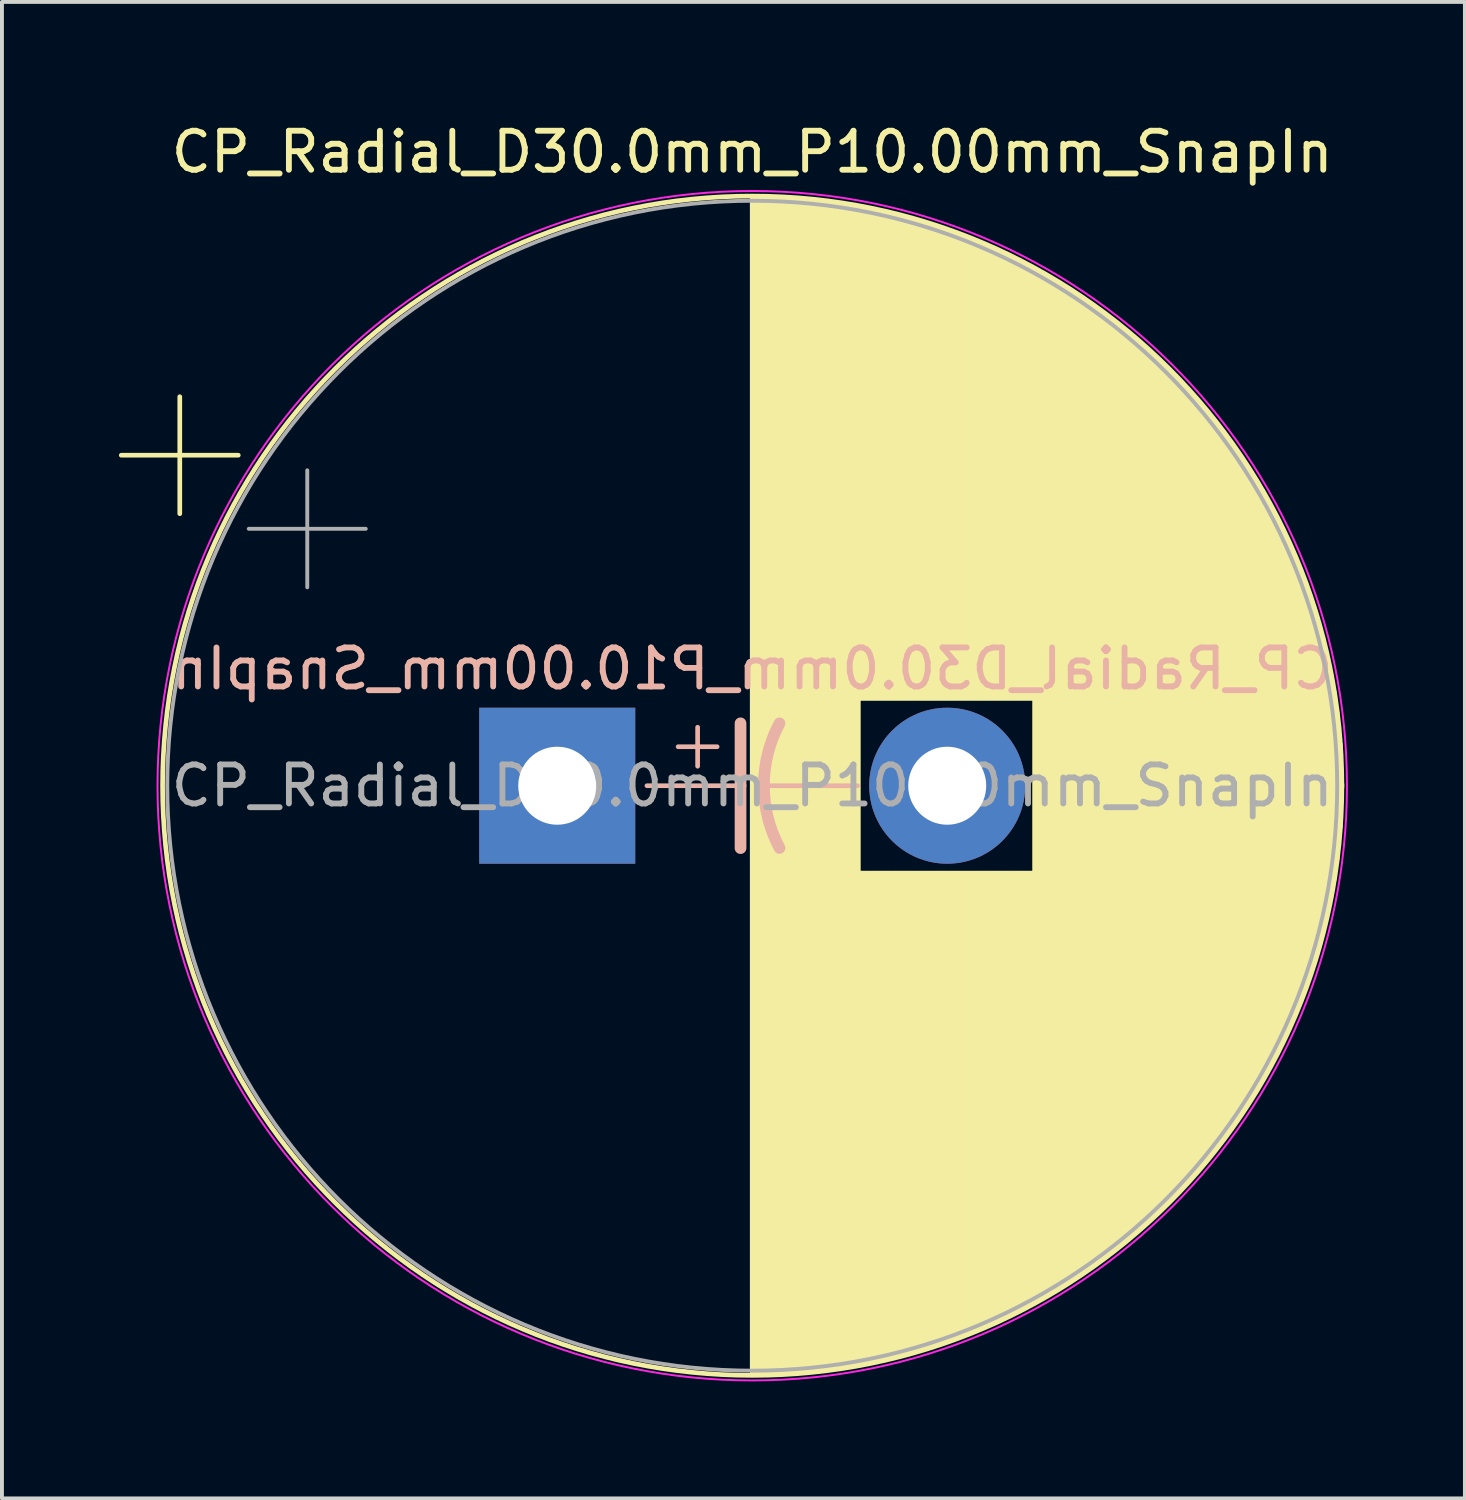
<source format=kicad_pcb>
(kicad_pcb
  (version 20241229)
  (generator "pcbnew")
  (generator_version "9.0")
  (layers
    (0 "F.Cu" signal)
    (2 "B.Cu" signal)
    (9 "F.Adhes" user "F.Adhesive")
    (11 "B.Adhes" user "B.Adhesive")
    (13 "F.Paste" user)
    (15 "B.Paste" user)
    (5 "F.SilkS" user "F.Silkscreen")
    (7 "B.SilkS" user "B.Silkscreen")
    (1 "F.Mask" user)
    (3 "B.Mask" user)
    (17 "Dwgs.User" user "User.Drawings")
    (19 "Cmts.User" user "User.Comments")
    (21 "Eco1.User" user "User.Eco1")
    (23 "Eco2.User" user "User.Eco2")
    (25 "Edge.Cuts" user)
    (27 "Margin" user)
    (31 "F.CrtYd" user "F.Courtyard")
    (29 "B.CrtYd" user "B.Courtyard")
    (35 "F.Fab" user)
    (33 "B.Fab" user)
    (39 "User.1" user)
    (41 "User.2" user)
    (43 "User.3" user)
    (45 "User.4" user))
  (footprint "CP_Radial_D30.0mm_P10.00mm_SnapIn"
    (layer "F.Cu")
    (at 11.239 17.098)
    (property "Reference" "CP_Radial_D30.0mm_P10.00mm_SnapIn" (at 5 -16.25 0) (layer "F.SilkS") (effects (font (size 1 1) (thickness 0.15))))
    (fp_line (start -11.179 -8.475) (end -8.179 -8.475) (stroke (width 0.12) (type solid)) (layer "F.SilkS"))
    (fp_line (start -9.679 -9.975) (end -9.679 -6.975) (stroke (width 0.12) (type solid)) (layer "F.SilkS"))
    (fp_line (start 5 -15.081) (end 5 15.081) (stroke (width 0.12) (type solid)) (layer "F.SilkS"))
    (fp_line (start 5.04 -15.08) (end 5.04 15.08) (stroke (width 0.12) (type solid)) (layer "F.SilkS"))
    (fp_line (start 5.08 -15.08) (end 5.08 15.08) (stroke (width 0.12) (type solid)) (layer "F.SilkS"))
    (fp_line (start 5.12 -15.08) (end 5.12 15.08) (stroke (width 0.12) (type solid)) (layer "F.SilkS"))
    (fp_line (start 5.16 -15.08) (end 5.16 15.08) (stroke (width 0.12) (type solid)) (layer "F.SilkS"))
    (fp_line (start 5.2 -15.079) (end 5.2 15.079) (stroke (width 0.12) (type solid)) (layer "F.SilkS"))
    (fp_line (start 5.24 -15.079) (end 5.24 15.079) (stroke (width 0.12) (type solid)) (layer "F.SilkS"))
    (fp_line (start 5.28 -15.078) (end 5.28 15.078) (stroke (width 0.12) (type solid)) (layer "F.SilkS"))
    (fp_line (start 5.32 -15.077) (end 5.32 15.077) (stroke (width 0.12) (type solid)) (layer "F.SilkS"))
    (fp_line (start 5.36 -15.076) (end 5.36 15.076) (stroke (width 0.12) (type solid)) (layer "F.SilkS"))
    (fp_line (start 5.4 -15.075) (end 5.4 15.075) (stroke (width 0.12) (type solid)) (layer "F.SilkS"))
    (fp_line (start 5.44 -15.074) (end 5.44 15.074) (stroke (width 0.12) (type solid)) (layer "F.SilkS"))
    (fp_line (start 5.48 -15.073) (end 5.48 15.073) (stroke (width 0.12) (type solid)) (layer "F.SilkS"))
    (fp_line (start 5.52 -15.072) (end 5.52 15.072) (stroke (width 0.12) (type solid)) (layer "F.SilkS"))
    (fp_line (start 5.56 -15.07) (end 5.56 15.07) (stroke (width 0.12) (type solid)) (layer "F.SilkS"))
    (fp_line (start 5.6 -15.069) (end 5.6 15.069) (stroke (width 0.12) (type solid)) (layer "F.SilkS"))
    (fp_line (start 5.64 -15.067) (end 5.64 15.067) (stroke (width 0.12) (type solid)) (layer "F.SilkS"))
    (fp_line (start 5.68 -15.065) (end 5.68 15.065) (stroke (width 0.12) (type solid)) (layer "F.SilkS"))
    (fp_line (start 5.721 -15.063) (end 5.721 15.063) (stroke (width 0.12) (type solid)) (layer "F.SilkS"))
    (fp_line (start 5.761 -15.061) (end 5.761 15.061) (stroke (width 0.12) (type solid)) (layer "F.SilkS"))
    (fp_line (start 5.801 -15.059) (end 5.801 15.059) (stroke (width 0.12) (type solid)) (layer "F.SilkS"))
    (fp_line (start 5.841 -15.057) (end 5.841 15.057) (stroke (width 0.12) (type solid)) (layer "F.SilkS"))
    (fp_line (start 5.881 -15.055) (end 5.881 15.055) (stroke (width 0.12) (type solid)) (layer "F.SilkS"))
    (fp_line (start 5.921 -15.052) (end 5.921 15.052) (stroke (width 0.12) (type solid)) (layer "F.SilkS"))
    (fp_line (start 5.961 -15.05) (end 5.961 15.05) (stroke (width 0.12) (type solid)) (layer "F.SilkS"))
    (fp_line (start 6.001 -15.047) (end 6.001 15.047) (stroke (width 0.12) (type solid)) (layer "F.SilkS"))
    (fp_line (start 6.041 -15.045) (end 6.041 15.045) (stroke (width 0.12) (type solid)) (layer "F.SilkS"))
    (fp_line (start 6.081 -15.042) (end 6.081 15.042) (stroke (width 0.12) (type solid)) (layer "F.SilkS"))
    (fp_line (start 6.121 -15.039) (end 6.121 15.039) (stroke (width 0.12) (type solid)) (layer "F.SilkS"))
    (fp_line (start 6.161 -15.036) (end 6.161 15.036) (stroke (width 0.12) (type solid)) (layer "F.SilkS"))
    (fp_line (start 6.201 -15.033) (end 6.201 15.033) (stroke (width 0.12) (type solid)) (layer "F.SilkS"))
    (fp_line (start 6.241 -15.03) (end 6.241 15.03) (stroke (width 0.12) (type solid)) (layer "F.SilkS"))
    (fp_line (start 6.281 -15.026) (end 6.281 15.026) (stroke (width 0.12) (type solid)) (layer "F.SilkS"))
    (fp_line (start 6.321 -15.023) (end 6.321 15.023) (stroke (width 0.12) (type solid)) (layer "F.SilkS"))
    (fp_line (start 6.361 -15.019) (end 6.361 15.019) (stroke (width 0.12) (type solid)) (layer "F.SilkS"))
    (fp_line (start 6.401 -15.016) (end 6.401 15.016) (stroke (width 0.12) (type solid)) (layer "F.SilkS"))
    (fp_line (start 6.441 -15.012) (end 6.441 15.012) (stroke (width 0.12) (type solid)) (layer "F.SilkS"))
    (fp_line (start 6.481 -15.008) (end 6.481 15.008) (stroke (width 0.12) (type solid)) (layer "F.SilkS"))
    (fp_line (start 6.521 -15.004) (end 6.521 15.004) (stroke (width 0.12) (type solid)) (layer "F.SilkS"))
    (fp_line (start 6.561 -15) (end 6.561 15) (stroke (width 0.12) (type solid)) (layer "F.SilkS"))
    (fp_line (start 6.601 -14.996) (end 6.601 14.996) (stroke (width 0.12) (type solid)) (layer "F.SilkS"))
    (fp_line (start 6.641 -14.991) (end 6.641 14.991) (stroke (width 0.12) (type solid)) (layer "F.SilkS"))
    (fp_line (start 6.681 -14.987) (end 6.681 14.987) (stroke (width 0.12) (type solid)) (layer "F.SilkS"))
    (fp_line (start 6.721 -14.982) (end 6.721 14.982) (stroke (width 0.12) (type solid)) (layer "F.SilkS"))
    (fp_line (start 6.761 -14.978) (end 6.761 14.978) (stroke (width 0.12) (type solid)) (layer "F.SilkS"))
    (fp_line (start 6.801 -14.973) (end 6.801 14.973) (stroke (width 0.12) (type solid)) (layer "F.SilkS"))
    (fp_line (start 6.841 -14.968) (end 6.841 14.968) (stroke (width 0.12) (type solid)) (layer "F.SilkS"))
    (fp_line (start 6.881 -14.963) (end 6.881 14.963) (stroke (width 0.12) (type solid)) (layer "F.SilkS"))
    (fp_line (start 6.921 -14.958) (end 6.921 14.958) (stroke (width 0.12) (type solid)) (layer "F.SilkS"))
    (fp_line (start 6.961 -14.953) (end 6.961 14.953) (stroke (width 0.12) (type solid)) (layer "F.SilkS"))
    (fp_line (start 7.001 -14.948) (end 7.001 14.948) (stroke (width 0.12) (type solid)) (layer "F.SilkS"))
    (fp_line (start 7.041 -14.942) (end 7.041 14.942) (stroke (width 0.12) (type solid)) (layer "F.SilkS"))
    (fp_line (start 7.081 -14.937) (end 7.081 14.937) (stroke (width 0.12) (type solid)) (layer "F.SilkS"))
    (fp_line (start 7.121 -14.931) (end 7.121 14.931) (stroke (width 0.12) (type solid)) (layer "F.SilkS"))
    (fp_line (start 7.161 -14.925) (end 7.161 14.925) (stroke (width 0.12) (type solid)) (layer "F.SilkS"))
    (fp_line (start 7.201 -14.92) (end 7.201 14.92) (stroke (width 0.12) (type solid)) (layer "F.SilkS"))
    (fp_line (start 7.241 -14.914) (end 7.241 14.914) (stroke (width 0.12) (type solid)) (layer "F.SilkS"))
    (fp_line (start 7.281 -14.908) (end 7.281 14.908) (stroke (width 0.12) (type solid)) (layer "F.SilkS"))
    (fp_line (start 7.321 -14.901) (end 7.321 14.901) (stroke (width 0.12) (type solid)) (layer "F.SilkS"))
    (fp_line (start 7.361 -14.895) (end 7.361 14.895) (stroke (width 0.12) (type solid)) (layer "F.SilkS"))
    (fp_line (start 7.401 -14.889) (end 7.401 14.889) (stroke (width 0.12) (type solid)) (layer "F.SilkS"))
    (fp_line (start 7.441 -14.882) (end 7.441 14.882) (stroke (width 0.12) (type solid)) (layer "F.SilkS"))
    (fp_line (start 7.481 -14.876) (end 7.481 14.876) (stroke (width 0.12) (type solid)) (layer "F.SilkS"))
    (fp_line (start 7.521 -14.869) (end 7.521 14.869) (stroke (width 0.12) (type solid)) (layer "F.SilkS"))
    (fp_line (start 7.561 -14.862) (end 7.561 14.862) (stroke (width 0.12) (type solid)) (layer "F.SilkS"))
    (fp_line (start 7.601 -14.855) (end 7.601 14.855) (stroke (width 0.12) (type solid)) (layer "F.SilkS"))
    (fp_line (start 7.641 -14.848) (end 7.641 14.848) (stroke (width 0.12) (type solid)) (layer "F.SilkS"))
    (fp_line (start 7.681 -14.841) (end 7.681 14.841) (stroke (width 0.12) (type solid)) (layer "F.SilkS"))
    (fp_line (start 7.721 -14.834) (end 7.721 14.834) (stroke (width 0.12) (type solid)) (layer "F.SilkS"))
    (fp_line (start 7.761 -14.826) (end 7.761 -2.24) (stroke (width 0.12) (type solid)) (layer "F.SilkS"))
    (fp_line (start 7.761 2.24) (end 7.761 14.826) (stroke (width 0.12) (type solid)) (layer "F.SilkS"))
    (fp_line (start 7.801 -14.819) (end 7.801 -2.24) (stroke (width 0.12) (type solid)) (layer "F.SilkS"))
    (fp_line (start 7.801 2.24) (end 7.801 14.819) (stroke (width 0.12) (type solid)) (layer "F.SilkS"))
    (fp_line (start 7.841 -14.811) (end 7.841 -2.24) (stroke (width 0.12) (type solid)) (layer "F.SilkS"))
    (fp_line (start 7.841 2.24) (end 7.841 14.811) (stroke (width 0.12) (type solid)) (layer "F.SilkS"))
    (fp_line (start 7.881 -14.804) (end 7.881 -2.24) (stroke (width 0.12) (type solid)) (layer "F.SilkS"))
    (fp_line (start 7.881 2.24) (end 7.881 14.804) (stroke (width 0.12) (type solid)) (layer "F.SilkS"))
    (fp_line (start 7.921 -14.796) (end 7.921 -2.24) (stroke (width 0.12) (type solid)) (layer "F.SilkS"))
    (fp_line (start 7.921 2.24) (end 7.921 14.796) (stroke (width 0.12) (type solid)) (layer "F.SilkS"))
    (fp_line (start 7.961 -14.788) (end 7.961 -2.24) (stroke (width 0.12) (type solid)) (layer "F.SilkS"))
    (fp_line (start 7.961 2.24) (end 7.961 14.788) (stroke (width 0.12) (type solid)) (layer "F.SilkS"))
    (fp_line (start 8.001 -14.78) (end 8.001 -2.24) (stroke (width 0.12) (type solid)) (layer "F.SilkS"))
    (fp_line (start 8.001 2.24) (end 8.001 14.78) (stroke (width 0.12) (type solid)) (layer "F.SilkS"))
    (fp_line (start 8.041 -14.772) (end 8.041 -2.24) (stroke (width 0.12) (type solid)) (layer "F.SilkS"))
    (fp_line (start 8.041 2.24) (end 8.041 14.772) (stroke (width 0.12) (type solid)) (layer "F.SilkS"))
    (fp_line (start 8.081 -14.763) (end 8.081 -2.24) (stroke (width 0.12) (type solid)) (layer "F.SilkS"))
    (fp_line (start 8.081 2.24) (end 8.081 14.763) (stroke (width 0.12) (type solid)) (layer "F.SilkS"))
    (fp_line (start 8.121 -14.755) (end 8.121 -2.24) (stroke (width 0.12) (type solid)) (layer "F.SilkS"))
    (fp_line (start 8.121 2.24) (end 8.121 14.755) (stroke (width 0.12) (type solid)) (layer "F.SilkS"))
    (fp_line (start 8.161 -14.747) (end 8.161 -2.24) (stroke (width 0.12) (type solid)) (layer "F.SilkS"))
    (fp_line (start 8.161 2.24) (end 8.161 14.747) (stroke (width 0.12) (type solid)) (layer "F.SilkS"))
    (fp_line (start 8.201 -14.738) (end 8.201 -2.24) (stroke (width 0.12) (type solid)) (layer "F.SilkS"))
    (fp_line (start 8.201 2.24) (end 8.201 14.738) (stroke (width 0.12) (type solid)) (layer "F.SilkS"))
    (fp_line (start 8.241 -14.729) (end 8.241 -2.24) (stroke (width 0.12) (type solid)) (layer "F.SilkS"))
    (fp_line (start 8.241 2.24) (end 8.241 14.729) (stroke (width 0.12) (type solid)) (layer "F.SilkS"))
    (fp_line (start 8.281 -14.72) (end 8.281 -2.24) (stroke (width 0.12) (type solid)) (layer "F.SilkS"))
    (fp_line (start 8.281 2.24) (end 8.281 14.72) (stroke (width 0.12) (type solid)) (layer "F.SilkS"))
    (fp_line (start 8.321 -14.711) (end 8.321 -2.24) (stroke (width 0.12) (type solid)) (layer "F.SilkS"))
    (fp_line (start 8.321 2.24) (end 8.321 14.711) (stroke (width 0.12) (type solid)) (layer "F.SilkS"))
    (fp_line (start 8.361 -14.702) (end 8.361 -2.24) (stroke (width 0.12) (type solid)) (layer "F.SilkS"))
    (fp_line (start 8.361 2.24) (end 8.361 14.702) (stroke (width 0.12) (type solid)) (layer "F.SilkS"))
    (fp_line (start 8.401 -14.693) (end 8.401 -2.24) (stroke (width 0.12) (type solid)) (layer "F.SilkS"))
    (fp_line (start 8.401 2.24) (end 8.401 14.693) (stroke (width 0.12) (type solid)) (layer "F.SilkS"))
    (fp_line (start 8.441 -14.684) (end 8.441 -2.24) (stroke (width 0.12) (type solid)) (layer "F.SilkS"))
    (fp_line (start 8.441 2.24) (end 8.441 14.684) (stroke (width 0.12) (type solid)) (layer "F.SilkS"))
    (fp_line (start 8.481 -14.675) (end 8.481 -2.24) (stroke (width 0.12) (type solid)) (layer "F.SilkS"))
    (fp_line (start 8.481 2.24) (end 8.481 14.675) (stroke (width 0.12) (type solid)) (layer "F.SilkS"))
    (fp_line (start 8.521 -14.665) (end 8.521 -2.24) (stroke (width 0.12) (type solid)) (layer "F.SilkS"))
    (fp_line (start 8.521 2.24) (end 8.521 14.665) (stroke (width 0.12) (type solid)) (layer "F.SilkS"))
    (fp_line (start 8.561 -14.655) (end 8.561 -2.24) (stroke (width 0.12) (type solid)) (layer "F.SilkS"))
    (fp_line (start 8.561 2.24) (end 8.561 14.655) (stroke (width 0.12) (type solid)) (layer "F.SilkS"))
    (fp_line (start 8.601 -14.646) (end 8.601 -2.24) (stroke (width 0.12) (type solid)) (layer "F.SilkS"))
    (fp_line (start 8.601 2.24) (end 8.601 14.646) (stroke (width 0.12) (type solid)) (layer "F.SilkS"))
    (fp_line (start 8.641 -14.636) (end 8.641 -2.24) (stroke (width 0.12) (type solid)) (layer "F.SilkS"))
    (fp_line (start 8.641 2.24) (end 8.641 14.636) (stroke (width 0.12) (type solid)) (layer "F.SilkS"))
    (fp_line (start 8.681 -14.626) (end 8.681 -2.24) (stroke (width 0.12) (type solid)) (layer "F.SilkS"))
    (fp_line (start 8.681 2.24) (end 8.681 14.626) (stroke (width 0.12) (type solid)) (layer "F.SilkS"))
    (fp_line (start 8.721 -14.616) (end 8.721 -2.24) (stroke (width 0.12) (type solid)) (layer "F.SilkS"))
    (fp_line (start 8.721 2.24) (end 8.721 14.616) (stroke (width 0.12) (type solid)) (layer "F.SilkS"))
    (fp_line (start 8.761 -14.606) (end 8.761 -2.24) (stroke (width 0.12) (type solid)) (layer "F.SilkS"))
    (fp_line (start 8.761 2.24) (end 8.761 14.606) (stroke (width 0.12) (type solid)) (layer "F.SilkS"))
    (fp_line (start 8.801 -14.595) (end 8.801 -2.24) (stroke (width 0.12) (type solid)) (layer "F.SilkS"))
    (fp_line (start 8.801 2.24) (end 8.801 14.595) (stroke (width 0.12) (type solid)) (layer "F.SilkS"))
    (fp_line (start 8.841 -14.585) (end 8.841 -2.24) (stroke (width 0.12) (type solid)) (layer "F.SilkS"))
    (fp_line (start 8.841 2.24) (end 8.841 14.585) (stroke (width 0.12) (type solid)) (layer "F.SilkS"))
    (fp_line (start 8.881 -14.574) (end 8.881 -2.24) (stroke (width 0.12) (type solid)) (layer "F.SilkS"))
    (fp_line (start 8.881 2.24) (end 8.881 14.574) (stroke (width 0.12) (type solid)) (layer "F.SilkS"))
    (fp_line (start 8.921 -14.564) (end 8.921 -2.24) (stroke (width 0.12) (type solid)) (layer "F.SilkS"))
    (fp_line (start 8.921 2.24) (end 8.921 14.564) (stroke (width 0.12) (type solid)) (layer "F.SilkS"))
    (fp_line (start 8.961 -14.553) (end 8.961 -2.24) (stroke (width 0.12) (type solid)) (layer "F.SilkS"))
    (fp_line (start 8.961 2.24) (end 8.961 14.553) (stroke (width 0.12) (type solid)) (layer "F.SilkS"))
    (fp_line (start 9.001 -14.542) (end 9.001 -2.24) (stroke (width 0.12) (type solid)) (layer "F.SilkS"))
    (fp_line (start 9.001 2.24) (end 9.001 14.542) (stroke (width 0.12) (type solid)) (layer "F.SilkS"))
    (fp_line (start 9.041 -14.531) (end 9.041 -2.24) (stroke (width 0.12) (type solid)) (layer "F.SilkS"))
    (fp_line (start 9.041 2.24) (end 9.041 14.531) (stroke (width 0.12) (type solid)) (layer "F.SilkS"))
    (fp_line (start 9.081 -14.52) (end 9.081 -2.24) (stroke (width 0.12) (type solid)) (layer "F.SilkS"))
    (fp_line (start 9.081 2.24) (end 9.081 14.52) (stroke (width 0.12) (type solid)) (layer "F.SilkS"))
    (fp_line (start 9.121 -14.508) (end 9.121 -2.24) (stroke (width 0.12) (type solid)) (layer "F.SilkS"))
    (fp_line (start 9.121 2.24) (end 9.121 14.508) (stroke (width 0.12) (type solid)) (layer "F.SilkS"))
    (fp_line (start 9.161 -14.497) (end 9.161 -2.24) (stroke (width 0.12) (type solid)) (layer "F.SilkS"))
    (fp_line (start 9.161 2.24) (end 9.161 14.497) (stroke (width 0.12) (type solid)) (layer "F.SilkS"))
    (fp_line (start 9.201 -14.485) (end 9.201 -2.24) (stroke (width 0.12) (type solid)) (layer "F.SilkS"))
    (fp_line (start 9.201 2.24) (end 9.201 14.485) (stroke (width 0.12) (type solid)) (layer "F.SilkS"))
    (fp_line (start 9.241 -14.474) (end 9.241 -2.24) (stroke (width 0.12) (type solid)) (layer "F.SilkS"))
    (fp_line (start 9.241 2.24) (end 9.241 14.474) (stroke (width 0.12) (type solid)) (layer "F.SilkS"))
    (fp_line (start 9.281 -14.462) (end 9.281 -2.24) (stroke (width 0.12) (type solid)) (layer "F.SilkS"))
    (fp_line (start 9.281 2.24) (end 9.281 14.462) (stroke (width 0.12) (type solid)) (layer "F.SilkS"))
    (fp_line (start 9.321 -14.45) (end 9.321 -2.24) (stroke (width 0.12) (type solid)) (layer "F.SilkS"))
    (fp_line (start 9.321 2.24) (end 9.321 14.45) (stroke (width 0.12) (type solid)) (layer "F.SilkS"))
    (fp_line (start 9.361 -14.438) (end 9.361 -2.24) (stroke (width 0.12) (type solid)) (layer "F.SilkS"))
    (fp_line (start 9.361 2.24) (end 9.361 14.438) (stroke (width 0.12) (type solid)) (layer "F.SilkS"))
    (fp_line (start 9.401 -14.426) (end 9.401 -2.24) (stroke (width 0.12) (type solid)) (layer "F.SilkS"))
    (fp_line (start 9.401 2.24) (end 9.401 14.426) (stroke (width 0.12) (type solid)) (layer "F.SilkS"))
    (fp_line (start 9.441 -14.414) (end 9.441 -2.24) (stroke (width 0.12) (type solid)) (layer "F.SilkS"))
    (fp_line (start 9.441 2.24) (end 9.441 14.414) (stroke (width 0.12) (type solid)) (layer "F.SilkS"))
    (fp_line (start 9.481 -14.402) (end 9.481 -2.24) (stroke (width 0.12) (type solid)) (layer "F.SilkS"))
    (fp_line (start 9.481 2.24) (end 9.481 14.402) (stroke (width 0.12) (type solid)) (layer "F.SilkS"))
    (fp_line (start 9.521 -14.389) (end 9.521 -2.24) (stroke (width 0.12) (type solid)) (layer "F.SilkS"))
    (fp_line (start 9.521 2.24) (end 9.521 14.389) (stroke (width 0.12) (type solid)) (layer "F.SilkS"))
    (fp_line (start 9.561 -14.376) (end 9.561 -2.24) (stroke (width 0.12) (type solid)) (layer "F.SilkS"))
    (fp_line (start 9.561 2.24) (end 9.561 14.376) (stroke (width 0.12) (type solid)) (layer "F.SilkS"))
    (fp_line (start 9.601 -14.364) (end 9.601 -2.24) (stroke (width 0.12) (type solid)) (layer "F.SilkS"))
    (fp_line (start 9.601 2.24) (end 9.601 14.364) (stroke (width 0.12) (type solid)) (layer "F.SilkS"))
    (fp_line (start 9.641 -14.351) (end 9.641 -2.24) (stroke (width 0.12) (type solid)) (layer "F.SilkS"))
    (fp_line (start 9.641 2.24) (end 9.641 14.351) (stroke (width 0.12) (type solid)) (layer "F.SilkS"))
    (fp_line (start 9.681 -14.338) (end 9.681 -2.24) (stroke (width 0.12) (type solid)) (layer "F.SilkS"))
    (fp_line (start 9.681 2.24) (end 9.681 14.338) (stroke (width 0.12) (type solid)) (layer "F.SilkS"))
    (fp_line (start 9.721 -14.325) (end 9.721 -2.24) (stroke (width 0.12) (type solid)) (layer "F.SilkS"))
    (fp_line (start 9.721 2.24) (end 9.721 14.325) (stroke (width 0.12) (type solid)) (layer "F.SilkS"))
    (fp_line (start 9.761 -14.312) (end 9.761 -2.24) (stroke (width 0.12) (type solid)) (layer "F.SilkS"))
    (fp_line (start 9.761 2.24) (end 9.761 14.312) (stroke (width 0.12) (type solid)) (layer "F.SilkS"))
    (fp_line (start 9.801 -14.298) (end 9.801 -2.24) (stroke (width 0.12) (type solid)) (layer "F.SilkS"))
    (fp_line (start 9.801 2.24) (end 9.801 14.298) (stroke (width 0.12) (type solid)) (layer "F.SilkS"))
    (fp_line (start 9.841 -14.285) (end 9.841 -2.24) (stroke (width 0.12) (type solid)) (layer "F.SilkS"))
    (fp_line (start 9.841 2.24) (end 9.841 14.285) (stroke (width 0.12) (type solid)) (layer "F.SilkS"))
    (fp_line (start 9.881 -14.271) (end 9.881 -2.24) (stroke (width 0.12) (type solid)) (layer "F.SilkS"))
    (fp_line (start 9.881 2.24) (end 9.881 14.271) (stroke (width 0.12) (type solid)) (layer "F.SilkS"))
    (fp_line (start 9.921 -14.258) (end 9.921 -2.24) (stroke (width 0.12) (type solid)) (layer "F.SilkS"))
    (fp_line (start 9.921 2.24) (end 9.921 14.258) (stroke (width 0.12) (type solid)) (layer "F.SilkS"))
    (fp_line (start 9.961 -14.244) (end 9.961 -2.24) (stroke (width 0.12) (type solid)) (layer "F.SilkS"))
    (fp_line (start 9.961 2.24) (end 9.961 14.244) (stroke (width 0.12) (type solid)) (layer "F.SilkS"))
    (fp_line (start 10.001 -14.23) (end 10.001 -2.24) (stroke (width 0.12) (type solid)) (layer "F.SilkS"))
    (fp_line (start 10.001 2.24) (end 10.001 14.23) (stroke (width 0.12) (type solid)) (layer "F.SilkS"))
    (fp_line (start 10.041 -14.216) (end 10.041 -2.24) (stroke (width 0.12) (type solid)) (layer "F.SilkS"))
    (fp_line (start 10.041 2.24) (end 10.041 14.216) (stroke (width 0.12) (type solid)) (layer "F.SilkS"))
    (fp_line (start 10.081 -14.202) (end 10.081 -2.24) (stroke (width 0.12) (type solid)) (layer "F.SilkS"))
    (fp_line (start 10.081 2.24) (end 10.081 14.202) (stroke (width 0.12) (type solid)) (layer "F.SilkS"))
    (fp_line (start 10.121 -14.187) (end 10.121 -2.24) (stroke (width 0.12) (type solid)) (layer "F.SilkS"))
    (fp_line (start 10.121 2.24) (end 10.121 14.187) (stroke (width 0.12) (type solid)) (layer "F.SilkS"))
    (fp_line (start 10.161 -14.173) (end 10.161 -2.24) (stroke (width 0.12) (type solid)) (layer "F.SilkS"))
    (fp_line (start 10.161 2.24) (end 10.161 14.173) (stroke (width 0.12) (type solid)) (layer "F.SilkS"))
    (fp_line (start 10.201 -14.158) (end 10.201 -2.24) (stroke (width 0.12) (type solid)) (layer "F.SilkS"))
    (fp_line (start 10.201 2.24) (end 10.201 14.158) (stroke (width 0.12) (type solid)) (layer "F.SilkS"))
    (fp_line (start 10.241 -14.143) (end 10.241 -2.24) (stroke (width 0.12) (type solid)) (layer "F.SilkS"))
    (fp_line (start 10.241 2.24) (end 10.241 14.143) (stroke (width 0.12) (type solid)) (layer "F.SilkS"))
    (fp_line (start 10.281 -14.129) (end 10.281 -2.24) (stroke (width 0.12) (type solid)) (layer "F.SilkS"))
    (fp_line (start 10.281 2.24) (end 10.281 14.129) (stroke (width 0.12) (type solid)) (layer "F.SilkS"))
    (fp_line (start 10.321 -14.114) (end 10.321 -2.24) (stroke (width 0.12) (type solid)) (layer "F.SilkS"))
    (fp_line (start 10.321 2.24) (end 10.321 14.114) (stroke (width 0.12) (type solid)) (layer "F.SilkS"))
    (fp_line (start 10.361 -14.099) (end 10.361 -2.24) (stroke (width 0.12) (type solid)) (layer "F.SilkS"))
    (fp_line (start 10.361 2.24) (end 10.361 14.099) (stroke (width 0.12) (type solid)) (layer "F.SilkS"))
    (fp_line (start 10.401 -14.083) (end 10.401 -2.24) (stroke (width 0.12) (type solid)) (layer "F.SilkS"))
    (fp_line (start 10.401 2.24) (end 10.401 14.083) (stroke (width 0.12) (type solid)) (layer "F.SilkS"))
    (fp_line (start 10.441 -14.068) (end 10.441 -2.24) (stroke (width 0.12) (type solid)) (layer "F.SilkS"))
    (fp_line (start 10.441 2.24) (end 10.441 14.068) (stroke (width 0.12) (type solid)) (layer "F.SilkS"))
    (fp_line (start 10.481 -14.052) (end 10.481 -2.24) (stroke (width 0.12) (type solid)) (layer "F.SilkS"))
    (fp_line (start 10.481 2.24) (end 10.481 14.052) (stroke (width 0.12) (type solid)) (layer "F.SilkS"))
    (fp_line (start 10.521 -14.037) (end 10.521 -2.24) (stroke (width 0.12) (type solid)) (layer "F.SilkS"))
    (fp_line (start 10.521 2.24) (end 10.521 14.037) (stroke (width 0.12) (type solid)) (layer "F.SilkS"))
    (fp_line (start 10.561 -14.021) (end 10.561 -2.24) (stroke (width 0.12) (type solid)) (layer "F.SilkS"))
    (fp_line (start 10.561 2.24) (end 10.561 14.021) (stroke (width 0.12) (type solid)) (layer "F.SilkS"))
    (fp_line (start 10.601 -14.005) (end 10.601 -2.24) (stroke (width 0.12) (type solid)) (layer "F.SilkS"))
    (fp_line (start 10.601 2.24) (end 10.601 14.005) (stroke (width 0.12) (type solid)) (layer "F.SilkS"))
    (fp_line (start 10.641 -13.989) (end 10.641 -2.24) (stroke (width 0.12) (type solid)) (layer "F.SilkS"))
    (fp_line (start 10.641 2.24) (end 10.641 13.989) (stroke (width 0.12) (type solid)) (layer "F.SilkS"))
    (fp_line (start 10.681 -13.973) (end 10.681 -2.24) (stroke (width 0.12) (type solid)) (layer "F.SilkS"))
    (fp_line (start 10.681 2.24) (end 10.681 13.973) (stroke (width 0.12) (type solid)) (layer "F.SilkS"))
    (fp_line (start 10.721 -13.957) (end 10.721 -2.24) (stroke (width 0.12) (type solid)) (layer "F.SilkS"))
    (fp_line (start 10.721 2.24) (end 10.721 13.957) (stroke (width 0.12) (type solid)) (layer "F.SilkS"))
    (fp_line (start 10.761 -13.94) (end 10.761 -2.24) (stroke (width 0.12) (type solid)) (layer "F.SilkS"))
    (fp_line (start 10.761 2.24) (end 10.761 13.94) (stroke (width 0.12) (type solid)) (layer "F.SilkS"))
    (fp_line (start 10.801 -13.924) (end 10.801 -2.24) (stroke (width 0.12) (type solid)) (layer "F.SilkS"))
    (fp_line (start 10.801 2.24) (end 10.801 13.924) (stroke (width 0.12) (type solid)) (layer "F.SilkS"))
    (fp_line (start 10.841 -13.907) (end 10.841 -2.24) (stroke (width 0.12) (type solid)) (layer "F.SilkS"))
    (fp_line (start 10.841 2.24) (end 10.841 13.907) (stroke (width 0.12) (type solid)) (layer "F.SilkS"))
    (fp_line (start 10.881 -13.89) (end 10.881 -2.24) (stroke (width 0.12) (type solid)) (layer "F.SilkS"))
    (fp_line (start 10.881 2.24) (end 10.881 13.89) (stroke (width 0.12) (type solid)) (layer "F.SilkS"))
    (fp_line (start 10.921 -13.873) (end 10.921 -2.24) (stroke (width 0.12) (type solid)) (layer "F.SilkS"))
    (fp_line (start 10.921 2.24) (end 10.921 13.873) (stroke (width 0.12) (type solid)) (layer "F.SilkS"))
    (fp_line (start 10.961 -13.856) (end 10.961 -2.24) (stroke (width 0.12) (type solid)) (layer "F.SilkS"))
    (fp_line (start 10.961 2.24) (end 10.961 13.856) (stroke (width 0.12) (type solid)) (layer "F.SilkS"))
    (fp_line (start 11.001 -13.839) (end 11.001 -2.24) (stroke (width 0.12) (type solid)) (layer "F.SilkS"))
    (fp_line (start 11.001 2.24) (end 11.001 13.839) (stroke (width 0.12) (type solid)) (layer "F.SilkS"))
    (fp_line (start 11.041 -13.822) (end 11.041 -2.24) (stroke (width 0.12) (type solid)) (layer "F.SilkS"))
    (fp_line (start 11.041 2.24) (end 11.041 13.822) (stroke (width 0.12) (type solid)) (layer "F.SilkS"))
    (fp_line (start 11.081 -13.804) (end 11.081 -2.24) (stroke (width 0.12) (type solid)) (layer "F.SilkS"))
    (fp_line (start 11.081 2.24) (end 11.081 13.804) (stroke (width 0.12) (type solid)) (layer "F.SilkS"))
    (fp_line (start 11.121 -13.787) (end 11.121 -2.24) (stroke (width 0.12) (type solid)) (layer "F.SilkS"))
    (fp_line (start 11.121 2.24) (end 11.121 13.787) (stroke (width 0.12) (type solid)) (layer "F.SilkS"))
    (fp_line (start 11.161 -13.769) (end 11.161 -2.24) (stroke (width 0.12) (type solid)) (layer "F.SilkS"))
    (fp_line (start 11.161 2.24) (end 11.161 13.769) (stroke (width 0.12) (type solid)) (layer "F.SilkS"))
    (fp_line (start 11.201 -13.751) (end 11.201 -2.24) (stroke (width 0.12) (type solid)) (layer "F.SilkS"))
    (fp_line (start 11.201 2.24) (end 11.201 13.751) (stroke (width 0.12) (type solid)) (layer "F.SilkS"))
    (fp_line (start 11.241 -13.733) (end 11.241 -2.24) (stroke (width 0.12) (type solid)) (layer "F.SilkS"))
    (fp_line (start 11.241 2.24) (end 11.241 13.733) (stroke (width 0.12) (type solid)) (layer "F.SilkS"))
    (fp_line (start 11.281 -13.715) (end 11.281 -2.24) (stroke (width 0.12) (type solid)) (layer "F.SilkS"))
    (fp_line (start 11.281 2.24) (end 11.281 13.715) (stroke (width 0.12) (type solid)) (layer "F.SilkS"))
    (fp_line (start 11.321 -13.696) (end 11.321 -2.24) (stroke (width 0.12) (type solid)) (layer "F.SilkS"))
    (fp_line (start 11.321 2.24) (end 11.321 13.696) (stroke (width 0.12) (type solid)) (layer "F.SilkS"))
    (fp_line (start 11.361 -13.678) (end 11.361 -2.24) (stroke (width 0.12) (type solid)) (layer "F.SilkS"))
    (fp_line (start 11.361 2.24) (end 11.361 13.678) (stroke (width 0.12) (type solid)) (layer "F.SilkS"))
    (fp_line (start 11.401 -13.659) (end 11.401 -2.24) (stroke (width 0.12) (type solid)) (layer "F.SilkS"))
    (fp_line (start 11.401 2.24) (end 11.401 13.659) (stroke (width 0.12) (type solid)) (layer "F.SilkS"))
    (fp_line (start 11.441 -13.64) (end 11.441 -2.24) (stroke (width 0.12) (type solid)) (layer "F.SilkS"))
    (fp_line (start 11.441 2.24) (end 11.441 13.64) (stroke (width 0.12) (type solid)) (layer "F.SilkS"))
    (fp_line (start 11.481 -13.622) (end 11.481 -2.24) (stroke (width 0.12) (type solid)) (layer "F.SilkS"))
    (fp_line (start 11.481 2.24) (end 11.481 13.622) (stroke (width 0.12) (type solid)) (layer "F.SilkS"))
    (fp_line (start 11.521 -13.602) (end 11.521 -2.24) (stroke (width 0.12) (type solid)) (layer "F.SilkS"))
    (fp_line (start 11.521 2.24) (end 11.521 13.602) (stroke (width 0.12) (type solid)) (layer "F.SilkS"))
    (fp_line (start 11.561 -13.583) (end 11.561 -2.24) (stroke (width 0.12) (type solid)) (layer "F.SilkS"))
    (fp_line (start 11.561 2.24) (end 11.561 13.583) (stroke (width 0.12) (type solid)) (layer "F.SilkS"))
    (fp_line (start 11.601 -13.564) (end 11.601 -2.24) (stroke (width 0.12) (type solid)) (layer "F.SilkS"))
    (fp_line (start 11.601 2.24) (end 11.601 13.564) (stroke (width 0.12) (type solid)) (layer "F.SilkS"))
    (fp_line (start 11.641 -13.544) (end 11.641 -2.24) (stroke (width 0.12) (type solid)) (layer "F.SilkS"))
    (fp_line (start 11.641 2.24) (end 11.641 13.544) (stroke (width 0.12) (type solid)) (layer "F.SilkS"))
    (fp_line (start 11.681 -13.525) (end 11.681 -2.24) (stroke (width 0.12) (type solid)) (layer "F.SilkS"))
    (fp_line (start 11.681 2.24) (end 11.681 13.525) (stroke (width 0.12) (type solid)) (layer "F.SilkS"))
    (fp_line (start 11.721 -13.505) (end 11.721 -2.24) (stroke (width 0.12) (type solid)) (layer "F.SilkS"))
    (fp_line (start 11.721 2.24) (end 11.721 13.505) (stroke (width 0.12) (type solid)) (layer "F.SilkS"))
    (fp_line (start 11.761 -13.485) (end 11.761 -2.24) (stroke (width 0.12) (type solid)) (layer "F.SilkS"))
    (fp_line (start 11.761 2.24) (end 11.761 13.485) (stroke (width 0.12) (type solid)) (layer "F.SilkS"))
    (fp_line (start 11.801 -13.465) (end 11.801 -2.24) (stroke (width 0.12) (type solid)) (layer "F.SilkS"))
    (fp_line (start 11.801 2.24) (end 11.801 13.465) (stroke (width 0.12) (type solid)) (layer "F.SilkS"))
    (fp_line (start 11.841 -13.445) (end 11.841 -2.24) (stroke (width 0.12) (type solid)) (layer "F.SilkS"))
    (fp_line (start 11.841 2.24) (end 11.841 13.445) (stroke (width 0.12) (type solid)) (layer "F.SilkS"))
    (fp_line (start 11.881 -13.425) (end 11.881 -2.24) (stroke (width 0.12) (type solid)) (layer "F.SilkS"))
    (fp_line (start 11.881 2.24) (end 11.881 13.425) (stroke (width 0.12) (type solid)) (layer "F.SilkS"))
    (fp_line (start 11.921 -13.404) (end 11.921 -2.24) (stroke (width 0.12) (type solid)) (layer "F.SilkS"))
    (fp_line (start 11.921 2.24) (end 11.921 13.404) (stroke (width 0.12) (type solid)) (layer "F.SilkS"))
    (fp_line (start 11.961 -13.383) (end 11.961 -2.24) (stroke (width 0.12) (type solid)) (layer "F.SilkS"))
    (fp_line (start 11.961 2.24) (end 11.961 13.383) (stroke (width 0.12) (type solid)) (layer "F.SilkS"))
    (fp_line (start 12.001 -13.363) (end 12.001 -2.24) (stroke (width 0.12) (type solid)) (layer "F.SilkS"))
    (fp_line (start 12.001 2.24) (end 12.001 13.363) (stroke (width 0.12) (type solid)) (layer "F.SilkS"))
    (fp_line (start 12.041 -13.342) (end 12.041 -2.24) (stroke (width 0.12) (type solid)) (layer "F.SilkS"))
    (fp_line (start 12.041 2.24) (end 12.041 13.342) (stroke (width 0.12) (type solid)) (layer "F.SilkS"))
    (fp_line (start 12.081 -13.32) (end 12.081 -2.24) (stroke (width 0.12) (type solid)) (layer "F.SilkS"))
    (fp_line (start 12.081 2.24) (end 12.081 13.32) (stroke (width 0.12) (type solid)) (layer "F.SilkS"))
    (fp_line (start 12.121 -13.299) (end 12.121 -2.24) (stroke (width 0.12) (type solid)) (layer "F.SilkS"))
    (fp_line (start 12.121 2.24) (end 12.121 13.299) (stroke (width 0.12) (type solid)) (layer "F.SilkS"))
    (fp_line (start 12.161 -13.278) (end 12.161 -2.24) (stroke (width 0.12) (type solid)) (layer "F.SilkS"))
    (fp_line (start 12.161 2.24) (end 12.161 13.278) (stroke (width 0.12) (type solid)) (layer "F.SilkS"))
    (fp_line (start 12.201 -13.256) (end 12.201 -2.24) (stroke (width 0.12) (type solid)) (layer "F.SilkS"))
    (fp_line (start 12.201 2.24) (end 12.201 13.256) (stroke (width 0.12) (type solid)) (layer "F.SilkS"))
    (fp_line (start 12.241 -13.234) (end 12.241 13.234) (stroke (width 0.12) (type solid)) (layer "F.SilkS"))
    (fp_line (start 12.281 -13.213) (end 12.281 13.213) (stroke (width 0.12) (type solid)) (layer "F.SilkS"))
    (fp_line (start 12.321 -13.19) (end 12.321 13.19) (stroke (width 0.12) (type solid)) (layer "F.SilkS"))
    (fp_line (start 12.361 -13.168) (end 12.361 13.168) (stroke (width 0.12) (type solid)) (layer "F.SilkS"))
    (fp_line (start 12.401 -13.146) (end 12.401 13.146) (stroke (width 0.12) (type solid)) (layer "F.SilkS"))
    (fp_line (start 12.441 -13.123) (end 12.441 13.123) (stroke (width 0.12) (type solid)) (layer "F.SilkS"))
    (fp_line (start 12.481 -13.101) (end 12.481 13.101) (stroke (width 0.12) (type solid)) (layer "F.SilkS"))
    (fp_line (start 12.521 -13.078) (end 12.521 13.078) (stroke (width 0.12) (type solid)) (layer "F.SilkS"))
    (fp_line (start 12.561 -13.055) (end 12.561 13.055) (stroke (width 0.12) (type solid)) (layer "F.SilkS"))
    (fp_line (start 12.601 -13.032) (end 12.601 13.032) (stroke (width 0.12) (type solid)) (layer "F.SilkS"))
    (fp_line (start 12.641 -13.008) (end 12.641 13.008) (stroke (width 0.12) (type solid)) (layer "F.SilkS"))
    (fp_line (start 12.681 -12.985) (end 12.681 12.985) (stroke (width 0.12) (type solid)) (layer "F.SilkS"))
    (fp_line (start 12.721 -12.961) (end 12.721 12.961) (stroke (width 0.12) (type solid)) (layer "F.SilkS"))
    (fp_line (start 12.761 -12.937) (end 12.761 12.937) (stroke (width 0.12) (type solid)) (layer "F.SilkS"))
    (fp_line (start 12.801 -12.913) (end 12.801 12.913) (stroke (width 0.12) (type solid)) (layer "F.SilkS"))
    (fp_line (start 12.841 -12.889) (end 12.841 12.889) (stroke (width 0.12) (type solid)) (layer "F.SilkS"))
    (fp_line (start 12.881 -12.865) (end 12.881 12.865) (stroke (width 0.12) (type solid)) (layer "F.SilkS"))
    (fp_line (start 12.921 -12.84) (end 12.921 12.84) (stroke (width 0.12) (type solid)) (layer "F.SilkS"))
    (fp_line (start 12.961 -12.816) (end 12.961 12.816) (stroke (width 0.12) (type solid)) (layer "F.SilkS"))
    (fp_line (start 13.001 -12.791) (end 13.001 12.791) (stroke (width 0.12) (type solid)) (layer "F.SilkS"))
    (fp_line (start 13.041 -12.766) (end 13.041 12.766) (stroke (width 0.12) (type solid)) (layer "F.SilkS"))
    (fp_line (start 13.081 -12.74) (end 13.081 12.74) (stroke (width 0.12) (type solid)) (layer "F.SilkS"))
    (fp_line (start 13.121 -12.715) (end 13.121 12.715) (stroke (width 0.12) (type solid)) (layer "F.SilkS"))
    (fp_line (start 13.161 -12.69) (end 13.161 12.69) (stroke (width 0.12) (type solid)) (layer "F.SilkS"))
    (fp_line (start 13.2 -12.664) (end 13.2 12.664) (stroke (width 0.12) (type solid)) (layer "F.SilkS"))
    (fp_line (start 13.24 -12.638) (end 13.24 12.638) (stroke (width 0.12) (type solid)) (layer "F.SilkS"))
    (fp_line (start 13.28 -12.612) (end 13.28 12.612) (stroke (width 0.12) (type solid)) (layer "F.SilkS"))
    (fp_line (start 13.32 -12.586) (end 13.32 12.586) (stroke (width 0.12) (type solid)) (layer "F.SilkS"))
    (fp_line (start 13.36 -12.559) (end 13.36 12.559) (stroke (width 0.12) (type solid)) (layer "F.SilkS"))
    (fp_line (start 13.4 -12.532) (end 13.4 12.532) (stroke (width 0.12) (type solid)) (layer "F.SilkS"))
    (fp_line (start 13.44 -12.506) (end 13.44 12.506) (stroke (width 0.12) (type solid)) (layer "F.SilkS"))
    (fp_line (start 13.48 -12.479) (end 13.48 12.479) (stroke (width 0.12) (type solid)) (layer "F.SilkS"))
    (fp_line (start 13.52 -12.451) (end 13.52 12.451) (stroke (width 0.12) (type solid)) (layer "F.SilkS"))
    (fp_line (start 13.56 -12.424) (end 13.56 12.424) (stroke (width 0.12) (type solid)) (layer "F.SilkS"))
    (fp_line (start 13.6 -12.397) (end 13.6 12.397) (stroke (width 0.12) (type solid)) (layer "F.SilkS"))
    (fp_line (start 13.64 -12.369) (end 13.64 12.369) (stroke (width 0.12) (type solid)) (layer "F.SilkS"))
    (fp_line (start 13.68 -12.341) (end 13.68 12.341) (stroke (width 0.12) (type solid)) (layer "F.SilkS"))
    (fp_line (start 13.72 -12.313) (end 13.72 12.313) (stroke (width 0.12) (type solid)) (layer "F.SilkS"))
    (fp_line (start 13.76 -12.284) (end 13.76 12.284) (stroke (width 0.12) (type solid)) (layer "F.SilkS"))
    (fp_line (start 13.8 -12.256) (end 13.8 12.256) (stroke (width 0.12) (type solid)) (layer "F.SilkS"))
    (fp_line (start 13.84 -12.227) (end 13.84 12.227) (stroke (width 0.12) (type solid)) (layer "F.SilkS"))
    (fp_line (start 13.88 -12.198) (end 13.88 12.198) (stroke (width 0.12) (type solid)) (layer "F.SilkS"))
    (fp_line (start 13.92 -12.169) (end 13.92 12.169) (stroke (width 0.12) (type solid)) (layer "F.SilkS"))
    (fp_line (start 13.96 -12.14) (end 13.96 12.14) (stroke (width 0.12) (type solid)) (layer "F.SilkS"))
    (fp_line (start 14 -12.11) (end 14 12.11) (stroke (width 0.12) (type solid)) (layer "F.SilkS"))
    (fp_line (start 14.04 -12.08) (end 14.04 12.08) (stroke (width 0.12) (type solid)) (layer "F.SilkS"))
    (fp_line (start 14.08 -12.05) (end 14.08 12.05) (stroke (width 0.12) (type solid)) (layer "F.SilkS"))
    (fp_line (start 14.12 -12.02) (end 14.12 12.02) (stroke (width 0.12) (type solid)) (layer "F.SilkS"))
    (fp_line (start 14.16 -11.99) (end 14.16 11.99) (stroke (width 0.12) (type solid)) (layer "F.SilkS"))
    (fp_line (start 14.2 -11.959) (end 14.2 11.959) (stroke (width 0.12) (type solid)) (layer "F.SilkS"))
    (fp_line (start 14.24 -11.929) (end 14.24 11.929) (stroke (width 0.12) (type solid)) (layer "F.SilkS"))
    (fp_line (start 14.28 -11.898) (end 14.28 11.898) (stroke (width 0.12) (type solid)) (layer "F.SilkS"))
    (fp_line (start 14.32 -11.866) (end 14.32 11.866) (stroke (width 0.12) (type solid)) (layer "F.SilkS"))
    (fp_line (start 14.36 -11.835) (end 14.36 11.835) (stroke (width 0.12) (type solid)) (layer "F.SilkS"))
    (fp_line (start 14.4 -11.803) (end 14.4 11.803) (stroke (width 0.12) (type solid)) (layer "F.SilkS"))
    (fp_line (start 14.44 -11.772) (end 14.44 11.772) (stroke (width 0.12) (type solid)) (layer "F.SilkS"))
    (fp_line (start 14.48 -11.739) (end 14.48 11.739) (stroke (width 0.12) (type solid)) (layer "F.SilkS"))
    (fp_line (start 14.52 -11.707) (end 14.52 11.707) (stroke (width 0.12) (type solid)) (layer "F.SilkS"))
    (fp_line (start 14.56 -11.675) (end 14.56 11.675) (stroke (width 0.12) (type solid)) (layer "F.SilkS"))
    (fp_line (start 14.6 -11.642) (end 14.6 11.642) (stroke (width 0.12) (type solid)) (layer "F.SilkS"))
    (fp_line (start 14.64 -11.609) (end 14.64 11.609) (stroke (width 0.12) (type solid)) (layer "F.SilkS"))
    (fp_line (start 14.68 -11.576) (end 14.68 11.576) (stroke (width 0.12) (type solid)) (layer "F.SilkS"))
    (fp_line (start 14.72 -11.542) (end 14.72 11.542) (stroke (width 0.12) (type solid)) (layer "F.SilkS"))
    (fp_line (start 14.76 -11.509) (end 14.76 11.509) (stroke (width 0.12) (type solid)) (layer "F.SilkS"))
    (fp_line (start 14.8 -11.475) (end 14.8 11.475) (stroke (width 0.12) (type solid)) (layer "F.SilkS"))
    (fp_line (start 14.84 -11.44) (end 14.84 11.44) (stroke (width 0.12) (type solid)) (layer "F.SilkS"))
    (fp_line (start 14.88 -11.406) (end 14.88 11.406) (stroke (width 0.12) (type solid)) (layer "F.SilkS"))
    (fp_line (start 14.92 -11.371) (end 14.92 11.371) (stroke (width 0.12) (type solid)) (layer "F.SilkS"))
    (fp_line (start 14.96 -11.336) (end 14.96 11.336) (stroke (width 0.12) (type solid)) (layer "F.SilkS"))
    (fp_line (start 15 -11.301) (end 15 11.301) (stroke (width 0.12) (type solid)) (layer "F.SilkS"))
    (fp_line (start 15.04 -11.266) (end 15.04 11.266) (stroke (width 0.12) (type solid)) (layer "F.SilkS"))
    (fp_line (start 15.08 -11.23) (end 15.08 11.23) (stroke (width 0.12) (type solid)) (layer "F.SilkS"))
    (fp_line (start 15.12 -11.194) (end 15.12 11.194) (stroke (width 0.12) (type solid)) (layer "F.SilkS"))
    (fp_line (start 15.16 -11.158) (end 15.16 11.158) (stroke (width 0.12) (type solid)) (layer "F.SilkS"))
    (fp_line (start 15.2 -11.122) (end 15.2 11.122) (stroke (width 0.12) (type solid)) (layer "F.SilkS"))
    (fp_line (start 15.24 -11.085) (end 15.24 11.085) (stroke (width 0.12) (type solid)) (layer "F.SilkS"))
    (fp_line (start 15.28 -11.048) (end 15.28 11.048) (stroke (width 0.12) (type solid)) (layer "F.SilkS"))
    (fp_line (start 15.32 -11.011) (end 15.32 11.011) (stroke (width 0.12) (type solid)) (layer "F.SilkS"))
    (fp_line (start 15.36 -10.973) (end 15.36 10.973) (stroke (width 0.12) (type solid)) (layer "F.SilkS"))
    (fp_line (start 15.4 -10.936) (end 15.4 10.936) (stroke (width 0.12) (type solid)) (layer "F.SilkS"))
    (fp_line (start 15.44 -10.898) (end 15.44 10.898) (stroke (width 0.12) (type solid)) (layer "F.SilkS"))
    (fp_line (start 15.48 -10.859) (end 15.48 10.859) (stroke (width 0.12) (type solid)) (layer "F.SilkS"))
    (fp_line (start 15.52 -10.821) (end 15.52 10.821) (stroke (width 0.12) (type solid)) (layer "F.SilkS"))
    (fp_line (start 15.56 -10.782) (end 15.56 10.782) (stroke (width 0.12) (type solid)) (layer "F.SilkS"))
    (fp_line (start 15.6 -10.743) (end 15.6 10.743) (stroke (width 0.12) (type solid)) (layer "F.SilkS"))
    (fp_line (start 15.64 -10.703) (end 15.64 10.703) (stroke (width 0.12) (type solid)) (layer "F.SilkS"))
    (fp_line (start 15.68 -10.663) (end 15.68 10.663) (stroke (width 0.12) (type solid)) (layer "F.SilkS"))
    (fp_line (start 15.72 -10.623) (end 15.72 10.623) (stroke (width 0.12) (type solid)) (layer "F.SilkS"))
    (fp_line (start 15.76 -10.583) (end 15.76 10.583) (stroke (width 0.12) (type solid)) (layer "F.SilkS"))
    (fp_line (start 15.8 -10.542) (end 15.8 10.542) (stroke (width 0.12) (type solid)) (layer "F.SilkS"))
    (fp_line (start 15.84 -10.501) (end 15.84 10.501) (stroke (width 0.12) (type solid)) (layer "F.SilkS"))
    (fp_line (start 15.88 -10.46) (end 15.88 10.46) (stroke (width 0.12) (type solid)) (layer "F.SilkS"))
    (fp_line (start 15.92 -10.418) (end 15.92 10.418) (stroke (width 0.12) (type solid)) (layer "F.SilkS"))
    (fp_line (start 15.96 -10.376) (end 15.96 10.376) (stroke (width 0.12) (type solid)) (layer "F.SilkS"))
    (fp_line (start 16 -10.334) (end 16 10.334) (stroke (width 0.12) (type solid)) (layer "F.SilkS"))
    (fp_line (start 16.04 -10.292) (end 16.04 10.292) (stroke (width 0.12) (type solid)) (layer "F.SilkS"))
    (fp_line (start 16.08 -10.249) (end 16.08 10.249) (stroke (width 0.12) (type solid)) (layer "F.SilkS"))
    (fp_line (start 16.12 -10.205) (end 16.12 10.205) (stroke (width 0.12) (type solid)) (layer "F.SilkS"))
    (fp_line (start 16.16 -10.162) (end 16.16 10.162) (stroke (width 0.12) (type solid)) (layer "F.SilkS"))
    (fp_line (start 16.2 -10.118) (end 16.2 10.118) (stroke (width 0.12) (type solid)) (layer "F.SilkS"))
    (fp_line (start 16.24 -10.074) (end 16.24 10.074) (stroke (width 0.12) (type solid)) (layer "F.SilkS"))
    (fp_line (start 16.28 -10.029) (end 16.28 10.029) (stroke (width 0.12) (type solid)) (layer "F.SilkS"))
    (fp_line (start 16.32 -9.984) (end 16.32 9.984) (stroke (width 0.12) (type solid)) (layer "F.SilkS"))
    (fp_line (start 16.36 -9.939) (end 16.36 9.939) (stroke (width 0.12) (type solid)) (layer "F.SilkS"))
    (fp_line (start 16.4 -9.893) (end 16.4 9.893) (stroke (width 0.12) (type solid)) (layer "F.SilkS"))
    (fp_line (start 16.44 -9.847) (end 16.44 9.847) (stroke (width 0.12) (type solid)) (layer "F.SilkS"))
    (fp_line (start 16.48 -9.8) (end 16.48 9.8) (stroke (width 0.12) (type solid)) (layer "F.SilkS"))
    (fp_line (start 16.52 -9.754) (end 16.52 9.754) (stroke (width 0.12) (type solid)) (layer "F.SilkS"))
    (fp_line (start 16.56 -9.706) (end 16.56 9.706) (stroke (width 0.12) (type solid)) (layer "F.SilkS"))
    (fp_line (start 16.6 -9.659) (end 16.6 9.659) (stroke (width 0.12) (type solid)) (layer "F.SilkS"))
    (fp_line (start 16.64 -9.611) (end 16.64 9.611) (stroke (width 0.12) (type solid)) (layer "F.SilkS"))
    (fp_line (start 16.68 -9.562) (end 16.68 9.562) (stroke (width 0.12) (type solid)) (layer "F.SilkS"))
    (fp_line (start 16.72 -9.513) (end 16.72 9.513) (stroke (width 0.12) (type solid)) (layer "F.SilkS"))
    (fp_line (start 16.76 -9.464) (end 16.76 9.464) (stroke (width 0.12) (type solid)) (layer "F.SilkS"))
    (fp_line (start 16.8 -9.414) (end 16.8 9.414) (stroke (width 0.12) (type solid)) (layer "F.SilkS"))
    (fp_line (start 16.84 -9.364) (end 16.84 9.364) (stroke (width 0.12) (type solid)) (layer "F.SilkS"))
    (fp_line (start 16.88 -9.314) (end 16.88 9.314) (stroke (width 0.12) (type solid)) (layer "F.SilkS"))
    (fp_line (start 16.92 -9.263) (end 16.92 9.263) (stroke (width 0.12) (type solid)) (layer "F.SilkS"))
    (fp_line (start 16.96 -9.211) (end 16.96 9.211) (stroke (width 0.12) (type solid)) (layer "F.SilkS"))
    (fp_line (start 17 -9.159) (end 17 9.159) (stroke (width 0.12) (type solid)) (layer "F.SilkS"))
    (fp_line (start 17.04 -9.107) (end 17.04 9.107) (stroke (width 0.12) (type solid)) (layer "F.SilkS"))
    (fp_line (start 17.08 -9.054) (end 17.08 9.054) (stroke (width 0.12) (type solid)) (layer "F.SilkS"))
    (fp_line (start 17.12 -9) (end 17.12 9) (stroke (width 0.12) (type solid)) (layer "F.SilkS"))
    (fp_line (start 17.16 -8.947) (end 17.16 8.947) (stroke (width 0.12) (type solid)) (layer "F.SilkS"))
    (fp_line (start 17.2 -8.892) (end 17.2 8.892) (stroke (width 0.12) (type solid)) (layer "F.SilkS"))
    (fp_line (start 17.24 -8.837) (end 17.24 8.837) (stroke (width 0.12) (type solid)) (layer "F.SilkS"))
    (fp_line (start 17.28 -8.782) (end 17.28 8.782) (stroke (width 0.12) (type solid)) (layer "F.SilkS"))
    (fp_line (start 17.32 -8.726) (end 17.32 8.726) (stroke (width 0.12) (type solid)) (layer "F.SilkS"))
    (fp_line (start 17.36 -8.669) (end 17.36 8.669) (stroke (width 0.12) (type solid)) (layer "F.SilkS"))
    (fp_line (start 17.4 -8.612) (end 17.4 8.612) (stroke (width 0.12) (type solid)) (layer "F.SilkS"))
    (fp_line (start 17.44 -8.555) (end 17.44 8.555) (stroke (width 0.12) (type solid)) (layer "F.SilkS"))
    (fp_line (start 17.48 -8.497) (end 17.48 8.497) (stroke (width 0.12) (type solid)) (layer "F.SilkS"))
    (fp_line (start 17.52 -8.438) (end 17.52 8.438) (stroke (width 0.12) (type solid)) (layer "F.SilkS"))
    (fp_line (start 17.56 -8.378) (end 17.56 8.378) (stroke (width 0.12) (type solid)) (layer "F.SilkS"))
    (fp_line (start 17.6 -8.318) (end 17.6 8.318) (stroke (width 0.12) (type solid)) (layer "F.SilkS"))
    (fp_line (start 17.64 -8.258) (end 17.64 8.258) (stroke (width 0.12) (type solid)) (layer "F.SilkS"))
    (fp_line (start 17.68 -8.197) (end 17.68 8.197) (stroke (width 0.12) (type solid)) (layer "F.SilkS"))
    (fp_line (start 17.72 -8.135) (end 17.72 8.135) (stroke (width 0.12) (type solid)) (layer "F.SilkS"))
    (fp_line (start 17.76 -8.072) (end 17.76 8.072) (stroke (width 0.12) (type solid)) (layer "F.SilkS"))
    (fp_line (start 17.8 -8.009) (end 17.8 8.009) (stroke (width 0.12) (type solid)) (layer "F.SilkS"))
    (fp_line (start 17.84 -7.945) (end 17.84 7.945) (stroke (width 0.12) (type solid)) (layer "F.SilkS"))
    (fp_line (start 17.88 -7.88) (end 17.88 7.88) (stroke (width 0.12) (type solid)) (layer "F.SilkS"))
    (fp_line (start 17.92 -7.815) (end 17.92 7.815) (stroke (width 0.12) (type solid)) (layer "F.SilkS"))
    (fp_line (start 17.96 -7.748) (end 17.96 7.748) (stroke (width 0.12) (type solid)) (layer "F.SilkS"))
    (fp_line (start 18 -7.682) (end 18 7.682) (stroke (width 0.12) (type solid)) (layer "F.SilkS"))
    (fp_line (start 18.04 -7.614) (end 18.04 7.614) (stroke (width 0.12) (type solid)) (layer "F.SilkS"))
    (fp_line (start 18.08 -7.545) (end 18.08 7.545) (stroke (width 0.12) (type solid)) (layer "F.SilkS"))
    (fp_line (start 18.12 -7.476) (end 18.12 7.476) (stroke (width 0.12) (type solid)) (layer "F.SilkS"))
    (fp_line (start 18.16 -7.406) (end 18.16 7.406) (stroke (width 0.12) (type solid)) (layer "F.SilkS"))
    (fp_line (start 18.2 -7.334) (end 18.2 7.334) (stroke (width 0.12) (type solid)) (layer "F.SilkS"))
    (fp_line (start 18.24 -7.262) (end 18.24 7.262) (stroke (width 0.12) (type solid)) (layer "F.SilkS"))
    (fp_line (start 18.28 -7.189) (end 18.28 7.189) (stroke (width 0.12) (type solid)) (layer "F.SilkS"))
    (fp_line (start 18.32 -7.115) (end 18.32 7.115) (stroke (width 0.12) (type solid)) (layer "F.SilkS"))
    (fp_line (start 18.36 -7.04) (end 18.36 7.04) (stroke (width 0.12) (type solid)) (layer "F.SilkS"))
    (fp_line (start 18.4 -6.964) (end 18.4 6.964) (stroke (width 0.12) (type solid)) (layer "F.SilkS"))
    (fp_line (start 18.44 -6.887) (end 18.44 6.887) (stroke (width 0.12) (type solid)) (layer "F.SilkS"))
    (fp_line (start 18.48 -6.809) (end 18.48 6.809) (stroke (width 0.12) (type solid)) (layer "F.SilkS"))
    (fp_line (start 18.52 -6.73) (end 18.52 6.73) (stroke (width 0.12) (type solid)) (layer "F.SilkS"))
    (fp_line (start 18.56 -6.649) (end 18.56 6.649) (stroke (width 0.12) (type solid)) (layer "F.SilkS"))
    (fp_line (start 18.6 -6.568) (end 18.6 6.568) (stroke (width 0.12) (type solid)) (layer "F.SilkS"))
    (fp_line (start 18.64 -6.485) (end 18.64 6.485) (stroke (width 0.12) (type solid)) (layer "F.SilkS"))
    (fp_line (start 18.68 -6.4) (end 18.68 6.4) (stroke (width 0.12) (type solid)) (layer "F.SilkS"))
    (fp_line (start 18.72 -6.315) (end 18.72 6.315) (stroke (width 0.12) (type solid)) (layer "F.SilkS"))
    (fp_line (start 18.76 -6.228) (end 18.76 6.228) (stroke (width 0.12) (type solid)) (layer "F.SilkS"))
    (fp_line (start 18.8 -6.139) (end 18.8 6.139) (stroke (width 0.12) (type solid)) (layer "F.SilkS"))
    (fp_line (start 18.84 -6.049) (end 18.84 6.049) (stroke (width 0.12) (type solid)) (layer "F.SilkS"))
    (fp_line (start 18.88 -5.957) (end 18.88 5.957) (stroke (width 0.12) (type solid)) (layer "F.SilkS"))
    (fp_line (start 18.92 -5.864) (end 18.92 5.864) (stroke (width 0.12) (type solid)) (layer "F.SilkS"))
    (fp_line (start 18.96 -5.768) (end 18.96 5.768) (stroke (width 0.12) (type solid)) (layer "F.SilkS"))
    (fp_line (start 19 -5.671) (end 19 5.671) (stroke (width 0.12) (type solid)) (layer "F.SilkS"))
    (fp_line (start 19.04 -5.572) (end 19.04 5.572) (stroke (width 0.12) (type solid)) (layer "F.SilkS"))
    (fp_line (start 19.08 -5.471) (end 19.08 5.471) (stroke (width 0.12) (type solid)) (layer "F.SilkS"))
    (fp_line (start 19.12 -5.368) (end 19.12 5.368) (stroke (width 0.12) (type solid)) (layer "F.SilkS"))
    (fp_line (start 19.16 -5.262) (end 19.16 5.262) (stroke (width 0.12) (type solid)) (layer "F.SilkS"))
    (fp_line (start 19.2 -5.154) (end 19.2 5.154) (stroke (width 0.12) (type solid)) (layer "F.SilkS"))
    (fp_line (start 19.24 -5.043) (end 19.24 5.043) (stroke (width 0.12) (type solid)) (layer "F.SilkS"))
    (fp_line (start 19.28 -4.93) (end 19.28 4.93) (stroke (width 0.12) (type solid)) (layer "F.SilkS"))
    (fp_line (start 19.32 -4.814) (end 19.32 4.814) (stroke (width 0.12) (type solid)) (layer "F.SilkS"))
    (fp_line (start 19.36 -4.694) (end 19.36 4.694) (stroke (width 0.12) (type solid)) (layer "F.SilkS"))
    (fp_line (start 19.4 -4.571) (end 19.4 4.571) (stroke (width 0.12) (type solid)) (layer "F.SilkS"))
    (fp_line (start 19.44 -4.444) (end 19.44 4.444) (stroke (width 0.12) (type solid)) (layer "F.SilkS"))
    (fp_line (start 19.48 -4.313) (end 19.48 4.313) (stroke (width 0.12) (type solid)) (layer "F.SilkS"))
    (fp_line (start 19.52 -4.178) (end 19.52 4.178) (stroke (width 0.12) (type solid)) (layer "F.SilkS"))
    (fp_line (start 19.56 -4.037) (end 19.56 4.037) (stroke (width 0.12) (type solid)) (layer "F.SilkS"))
    (fp_line (start 19.6 -3.892) (end 19.6 3.892) (stroke (width 0.12) (type solid)) (layer "F.SilkS"))
    (fp_line (start 19.64 -3.74) (end 19.64 3.74) (stroke (width 0.12) (type solid)) (layer "F.SilkS"))
    (fp_line (start 19.68 -3.582) (end 19.68 3.582) (stroke (width 0.12) (type solid)) (layer "F.SilkS"))
    (fp_line (start 19.72 -3.415) (end 19.72 3.415) (stroke (width 0.12) (type solid)) (layer "F.SilkS"))
    (fp_line (start 19.76 -3.24) (end 19.76 3.24) (stroke (width 0.12) (type solid)) (layer "F.SilkS"))
    (fp_line (start 19.8 -3.055) (end 19.8 3.055) (stroke (width 0.12) (type solid)) (layer "F.SilkS"))
    (fp_line (start 19.84 -2.857) (end 19.84 2.857) (stroke (width 0.12) (type solid)) (layer "F.SilkS"))
    (fp_line (start 19.88 -2.644) (end 19.88 2.644) (stroke (width 0.12) (type solid)) (layer "F.SilkS"))
    (fp_line (start 19.92 -2.412) (end 19.92 2.412) (stroke (width 0.12) (type solid)) (layer "F.SilkS"))
    (fp_line (start 19.96 -2.154) (end 19.96 2.154) (stroke (width 0.12) (type solid)) (layer "F.SilkS"))
    (fp_line (start 20 -1.862) (end 20 1.862) (stroke (width 0.12) (type solid)) (layer "F.SilkS"))
    (fp_line (start 20.04 -1.514) (end 20.04 1.514) (stroke (width 0.12) (type solid)) (layer "F.SilkS"))
    (fp_line (start 20.08 -1.06) (end 20.08 1.06) (stroke (width 0.12) (type solid)) (layer "F.SilkS"))
    (fp_line (start 20.12 -0.04) (end 20.12 0.04) (stroke (width 0.12) (type solid)) (layer "F.SilkS"))
    (fp_circle (center 5 0) (end 20.12 0) (stroke (width 0.12) (type solid)) (fill no) (layer "F.SilkS"))
    (fp_line (start 2.3 0) (end 4.7 0) (stroke (width 0.12) (type solid)) (layer "B.SilkS"))
    (fp_line (start 3.1 -1) (end 4.1 -1) (stroke (width 0.12) (type solid)) (layer "B.SilkS"))
    (fp_line (start 3.6 -0.5) (end 3.6 -1.5) (stroke (width 0.12) (type solid)) (layer "B.SilkS"))
    (fp_line (start 4.7 0) (end 4.7 -1.6) (stroke (width 0.3) (type solid)) (layer "B.SilkS"))
    (fp_line (start 4.7 0) (end 4.7 1.6) (stroke (width 0.3) (type solid)) (layer "B.SilkS"))
    (fp_line (start 7.7 0) (end 5.3 0) (stroke (width 0.12) (type solid)) (layer "B.SilkS"))
    (fp_arc (start 5.3 0) (mid 5.400512 -0.824872) (end 5.7 -1.6) (stroke (width 0.3) (type solid)) (layer "B.SilkS"))
    (fp_arc (start 5.7 1.596157) (mid 5.401651 0.822725) (end 5.3 0) (stroke (width 0.3) (type solid)) (layer "B.SilkS"))
    (fp_circle (center 5 0) (end 20.25 0) (stroke (width 0.05) (type solid)) (fill no) (layer "F.CrtYd"))
    (fp_line (start -7.91 -6.588) (end -4.91 -6.588) (stroke (width 0.1) (type solid)) (layer "F.Fab"))
    (fp_line (start -6.41 -8.088) (end -6.41 -5.088) (stroke (width 0.1) (type solid)) (layer "F.Fab"))
    (fp_circle (center 5 0) (end 20 0) (stroke (width 0.1) (type solid)) (fill no) (layer "F.Fab"))
    (fp_text user "${REFERENCE}" (at 5 -3 0) (layer "B.SilkS") (effects (font (size 1 1) (thickness 0.15)) (justify mirror)))
    (fp_text user "${REFERENCE}" (at 5 0 0) (layer "F.Fab") (effects (font (size 1 1) (thickness 0.15))))
    (pad "1" thru_hole rect (at 0 0) (size 4 4) (drill 2) (layers "*.Cu" "*.Mask"))
    (pad "2" thru_hole circle (at 10 0) (size 4 4) (drill 2) (layers "*.Cu" "*.Mask")))
  (gr_rect
    (start -3 -3)
    (end 34.514 35.373)
    (stroke (width 0.1) (type default))
    (fill no)
    (layer "Edge.Cuts")))
</source>
